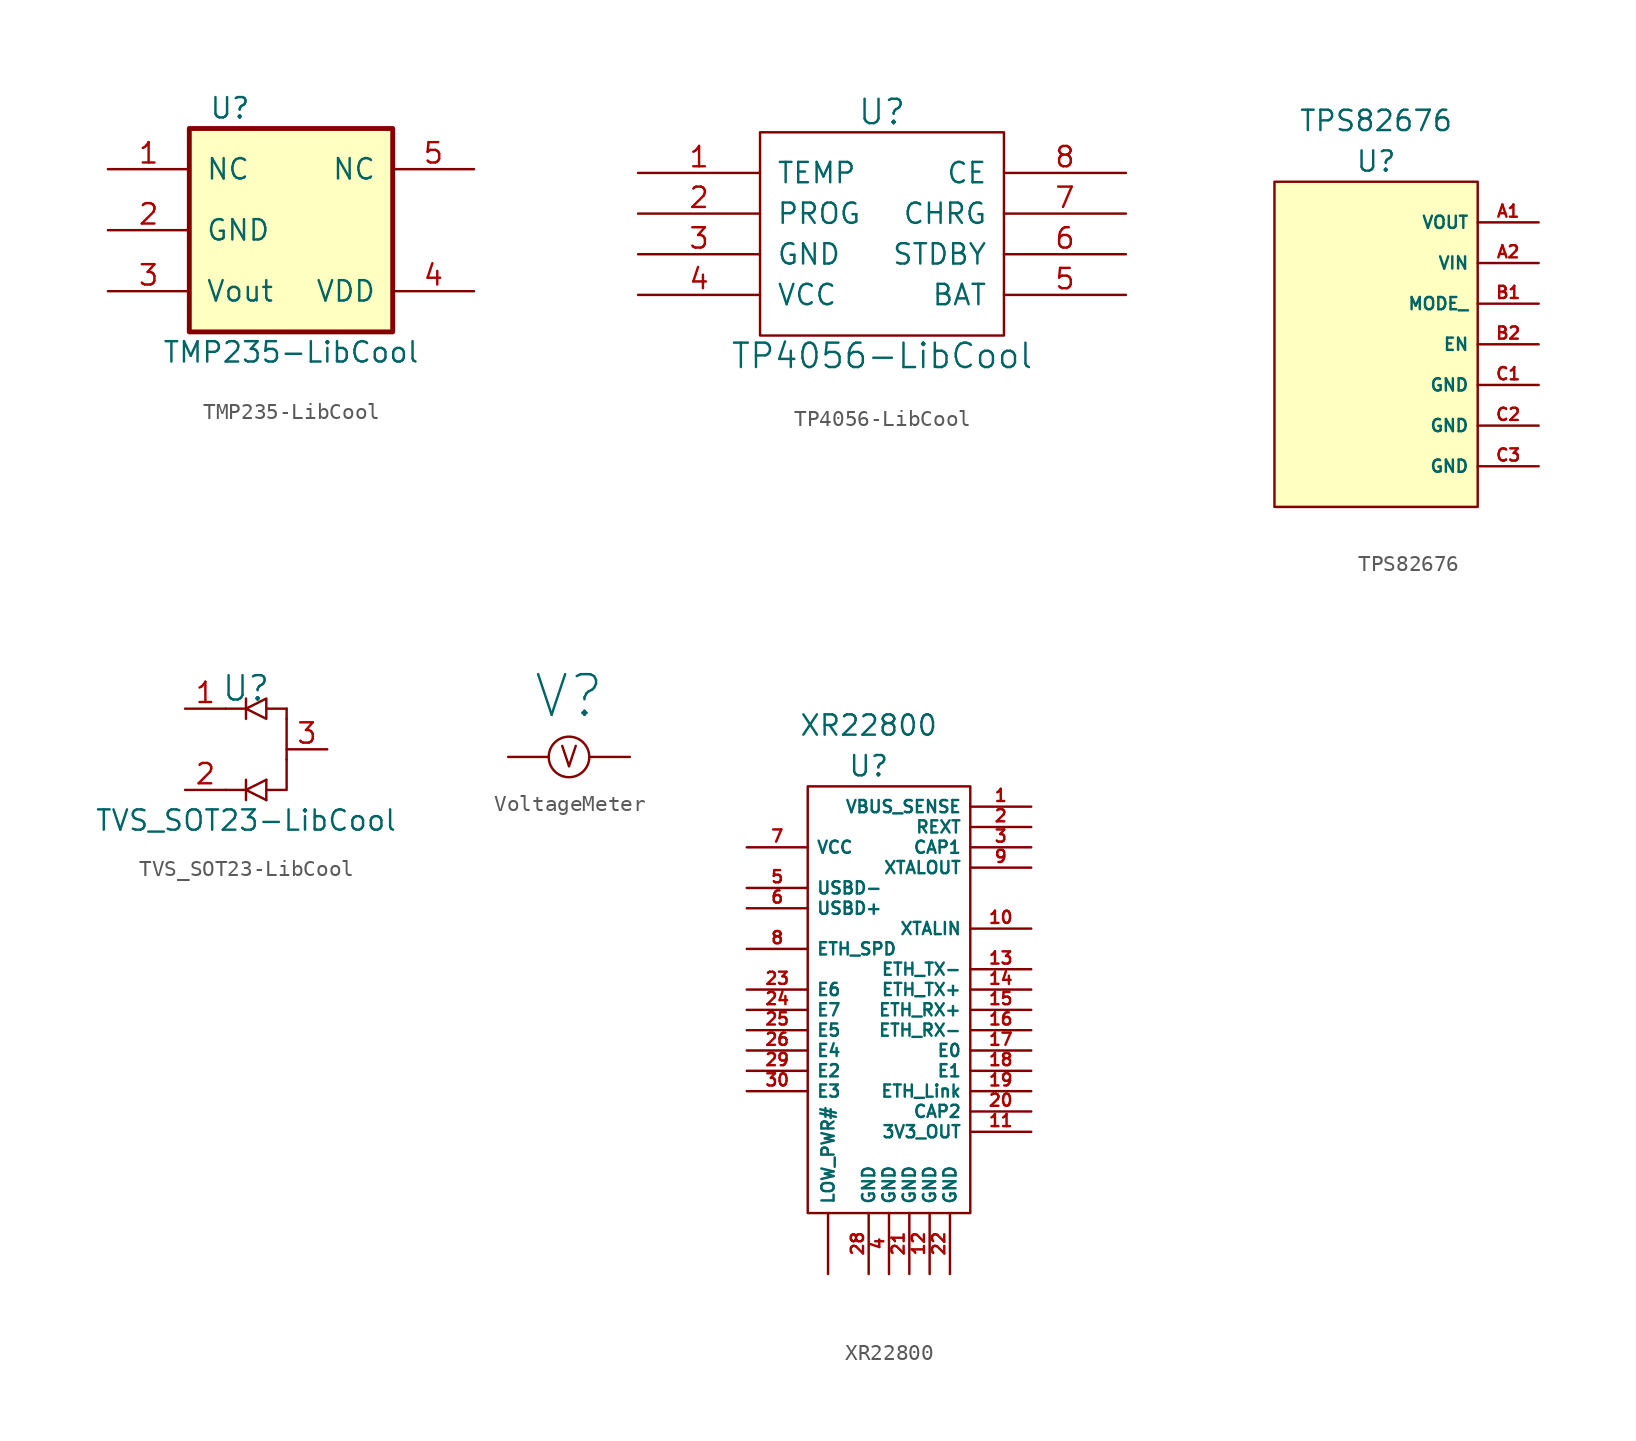
<source format=kicad_sym>
(kicad_symbol_lib
  (version 20220126)
  (generator kicad_symbol_editor)
  (symbol "TMP235-LibCool"
    (pin_names
      (offset 1.016))
    (property "Reference" "U"
      (at -3.81 7.62 0)
      (effects (font (size 1.27 1.27))))
    (property "Value" "TMP235-LibCool"
      (at 0 -7.62 0)
      (effects (font (size 1.27 1.27))))
    (symbol "TMP235-LibCool_1_1"
      (rectangle (start -6.35 6.35) (end 6.35 -6.35) (stroke (width 0.305) (type default)) (fill (type background)))
      (pin input line (at -11.43 3.81 0) (length 5.08) (name "NC" (effects (font (size 1.27 1.27)))) (number "1" (effects (font (size 1.27 1.27)))))
      (pin input line (at -11.43 0 0) (length 5.08) (name "GND" (effects (font (size 1.27 1.27)))) (number "2" (effects (font (size 1.27 1.27)))))
      (pin input line (at -11.43 -3.81 0) (length 5.08) (name "Vout" (effects (font (size 1.27 1.27)))) (number "3" (effects (font (size 1.27 1.27)))))
      (pin input line (at 11.43 -3.81 180) (length 5.08) (name "VDD" (effects (font (size 1.27 1.27)))) (number "4" (effects (font (size 1.27 1.27)))))
      (pin output line (at 11.43 3.81 180) (length 5.08) (name "NC" (effects (font (size 1.27 1.27)))) (number "5" (effects (font (size 1.27 1.27)))))))
  (symbol "TP4056-LibCool"
    (pin_names
      (offset 1.016))
    (property "Reference" "U"
      (at 0 7.62 0)
      (effects (font (size 1.524 1.524))))
    (property "Value" "TP4056-LibCool"
      (at 0 -7.62 0)
      (effects (font (size 1.524 1.524))))
    (property "Footprint" ""
      (at 0 0 0)
      (effects (font (size 1.524 1.524))))
    (property "Datasheet" ""
      (at 0 0 0)
      (effects (font (size 1.524 1.524))))
    (symbol "TP4056-LibCool_0_1"
      (rectangle (start -7.62 6.35) (end 7.62 -6.35) (stroke (width 0) (type default)) (fill (type none))))
    (symbol "TP4056-LibCool_1_1"
      (pin bidirectional line (at -15.24 3.81 0) (length 7.62) (name "TEMP" (effects (font (size 1.27 1.27)))) (number "1" (effects (font (size 1.27 1.27)))))
      (pin bidirectional line (at -15.24 1.27 0) (length 7.62) (name "PROG" (effects (font (size 1.27 1.27)))) (number "2" (effects (font (size 1.27 1.27)))))
      (pin bidirectional line (at -15.24 -1.27 0) (length 7.62) (name "GND" (effects (font (size 1.27 1.27)))) (number "3" (effects (font (size 1.27 1.27)))))
      (pin bidirectional line (at -15.24 -3.81 0) (length 7.62) (name "VCC" (effects (font (size 1.27 1.27)))) (number "4" (effects (font (size 1.27 1.27)))))
      (pin bidirectional line (at 15.24 -3.81 180) (length 7.62) (name "BAT" (effects (font (size 1.27 1.27)))) (number "5" (effects (font (size 1.27 1.27)))))
      (pin bidirectional line (at 15.24 -1.27 180) (length 7.62) (name "STDBY" (effects (font (size 1.27 1.27)))) (number "6" (effects (font (size 1.27 1.27)))))
      (pin bidirectional line (at 15.24 1.27 180) (length 7.62) (name "CHRG" (effects (font (size 1.27 1.27)))) (number "7" (effects (font (size 1.27 1.27)))))
      (pin bidirectional line (at 15.24 3.81 180) (length 7.62) (name "CE" (effects (font (size 1.27 1.27)))) (number "8" (effects (font (size 1.27 1.27)))))))
  (symbol "TPS82676"
    (property "Reference" "U"
      (at 0 0 0)
      (effects (font (size 1.27 1.27))))
    (property "Value" "TPS82676"
      (at 0 2.54 0)
      (effects (font (size 1.27 1.27))))
    (symbol "TPS82676_0_1"
      (rectangle (start -6.35 -1.27) (end 6.35 -21.59) (stroke (width 0.152) (type default)) (fill (type background))))
    (symbol "TPS82676_1_1"
      (pin input line (at 10.16 -3.81 180) (length 3.81) (name "VOUT" (effects (font (size 0.762 0.762)))) (number "A1" (effects (font (size 0.762 0.762)))))
      (pin input line (at 10.16 -6.35 180) (length 3.81) (name "VIN" (effects (font (size 0.762 0.762)))) (number "A2" (effects (font (size 0.762 0.762)))))
      (pin input line (at 10.16 -8.89 180) (length 3.81) (name "MODE_" (effects (font (size 0.762 0.762)))) (number "B1" (effects (font (size 0.762 0.762)))))
      (pin input line (at 10.16 -11.43 180) (length 3.81) (name "EN" (effects (font (size 0.762 0.762)))) (number "B2" (effects (font (size 0.762 0.762)))))
      (pin input line (at 10.16 -13.97 180) (length 3.81) (name "GND" (effects (font (size 0.762 0.762)))) (number "C1" (effects (font (size 0.762 0.762)))))
      (pin input line (at 10.16 -16.51 180) (length 3.81) (name "GND" (effects (font (size 0.762 0.762)))) (number "C2" (effects (font (size 0.762 0.762)))))
      (pin input line (at 10.16 -19.05 180) (length 3.81) (name "GND" (effects (font (size 0.762 0.762)))) (number "C3" (effects (font (size 0.762 0.762)))))))
  (symbol "TVS_SOT23-LibCool"
    (pin_names
      (offset 1.016))
    (property "Reference" "U"
      (at 0 3.81 0)
      (effects (font (size 1.524 1.524))))
    (property "Value" "TVS_SOT23-LibCool"
      (at 0 -4.445 0)
      (effects (font (size 1.27 1.27))))
    (property "Footprint" ""
      (at 1.27 -2.54 0)
      (effects (font (size 1.524 1.524))))
    (property "Datasheet" ""
      (at 1.27 -2.54 0)
      (effects (font (size 1.524 1.524))))
    (symbol "TVS_SOT23-LibCool_0_1"
      (polyline (pts (xy 0 -2.54) (xy -1.27 -2.54)) (stroke (width 0) (type default)) (fill (type none)))
      (polyline (pts (xy 0 -1.905) (xy 0 -3.175)) (stroke (width 0) (type default)) (fill (type none)))
      (polyline (pts (xy 0 2.54) (xy -1.27 2.54)) (stroke (width 0) (type default)) (fill (type none)))
      (polyline (pts (xy 0 3.175) (xy 0 1.905)) (stroke (width 0) (type default)) (fill (type none)))
      (polyline (pts (xy 1.27 -3.175) (xy 0 -2.54)) (stroke (width 0) (type default)) (fill (type none)))
      (polyline (pts (xy 1.27 -1.905) (xy 0 -2.54)) (stroke (width 0) (type default)) (fill (type none)))
      (polyline (pts (xy 1.27 -1.905) (xy 1.27 -3.175)) (stroke (width 0) (type default)) (fill (type none)))
      (polyline (pts (xy 1.27 2.54) (xy 2.54 2.54)) (stroke (width 0) (type default)) (fill (type none)))
      (polyline (pts (xy 2.54 1.905) (xy 2.54 -0.635)) (stroke (width 0) (type default)) (fill (type none)))
      (polyline (pts (xy 2.54 2.54) (xy 2.54 1.905)) (stroke (width 0) (type default)) (fill (type none)))
      (polyline (pts (xy 2.54 -0.635) (xy 2.54 -2.54) (xy 1.27 -2.54)) (stroke (width 0) (type default)) (fill (type none)))
      (polyline (pts (xy 1.27 3.175) (xy 0 2.54) (xy 1.27 1.905) (xy 1.27 3.175)) (stroke (width 0) (type default)) (fill (type none))))
    (symbol "TVS_SOT23-LibCool_1_1"
      (pin input line (at -3.81 2.54 0) (length 2.54) (name "~" (effects (font (size 1.27 1.27)))) (number "1" (effects (font (size 1.27 1.27)))))
      (pin input line (at -3.81 -2.54 0) (length 2.54) (name "~" (effects (font (size 1.27 1.27)))) (number "2" (effects (font (size 1.27 1.27)))))
      (pin input line (at 5.08 0 180) (length 2.54) (name "~" (effects (font (size 1.27 1.27)))) (number "3" (effects (font (size 1.27 1.27)))))))
  (symbol "VoltageMeter"
    (pin_names
      (offset 1.016))
    (property "Reference" "V"
      (at 0 0 0)
      (effects (font (size 2.54 2.54))))
    (symbol "VoltageMeter_1_1"
      (circle (center 0 -3.81) (radius 1.27) (stroke (width 0) (type default)) (fill (type none)))
      (text "V" (at 0 -3.81 0) (effects (font (size 1.27 1.27))))
      (pin passive line (at -1.27 -3.81 180) (length 2.54) (name "~" (effects (font (size 1.27 1.27)))) (number "~" (effects (font (size 1.27 1.27)))))
      (pin passive line (at 1.27 -3.81 0) (length 2.54) (name "~" (effects (font (size 1.27 1.27)))) (number "~" (effects (font (size 1.27 1.27)))))))
  (symbol "XR22800"
    (property "Reference" "U"
      (at 0 0 0)
      (effects (font (size 1.27 1.27))))
    (property "Value" "XR22800"
      (at 0 2.54 0)
      (effects (font (size 1.27 1.27))))
    (symbol "XR22800_0_1"
      (rectangle (start -3.81 -1.27) (end 6.35 -27.94) (stroke (width 0.152) (type default)) (fill (type none))))
    (symbol "XR22800_1_1"
      (pin input line (at -2.54 -31.75 90) (length 3.81) (name "LOW_PWR#" (effects (font (size 0.762 0.762)))) (number "" (effects (font (size 0.762 0.762)))))
      (pin input line (at 10.16 -2.54 180) (length 3.81) (name "VBUS_SENSE" (effects (font (size 0.762 0.762)))) (number "1" (effects (font (size 0.762 0.762)))))
      (pin input line (at 10.16 -10.16 180) (length 3.81) (name "XTALIN" (effects (font (size 0.762 0.762)))) (number "10" (effects (font (size 0.762 0.762)))))
      (pin input line (at 10.16 -22.86 180) (length 3.81) (name "3V3_OUT" (effects (font (size 0.762 0.762)))) (number "11" (effects (font (size 0.762 0.762)))))
      (pin input line (at 3.81 -31.75 90) (length 3.81) (name "GND" (effects (font (size 0.762 0.762)))) (number "12" (effects (font (size 0.762 0.762)))))
      (pin input line (at 10.16 -12.7 180) (length 3.81) (name "ETH_TX-" (effects (font (size 0.762 0.762)))) (number "13" (effects (font (size 0.762 0.762)))))
      (pin input line (at 10.16 -13.97 180) (length 3.81) (name "ETH_TX+" (effects (font (size 0.762 0.762)))) (number "14" (effects (font (size 0.762 0.762)))))
      (pin input line (at 10.16 -15.24 180) (length 3.81) (name "ETH_RX+" (effects (font (size 0.762 0.762)))) (number "15" (effects (font (size 0.762 0.762)))))
      (pin input line (at 10.16 -16.51 180) (length 3.81) (name "ETH_RX-" (effects (font (size 0.762 0.762)))) (number "16" (effects (font (size 0.762 0.762)))))
      (pin input line (at 10.16 -17.78 180) (length 3.81) (name "E0" (effects (font (size 0.762 0.762)))) (number "17" (effects (font (size 0.762 0.762)))))
      (pin input line (at 10.16 -19.05 180) (length 3.81) (name "E1" (effects (font (size 0.762 0.762)))) (number "18" (effects (font (size 0.762 0.762)))))
      (pin input line (at 10.16 -20.32 180) (length 3.81) (name "ETH_Link" (effects (font (size 0.762 0.762)))) (number "19" (effects (font (size 0.762 0.762)))))
      (pin input line (at 10.16 -3.81 180) (length 3.81) (name "REXT" (effects (font (size 0.762 0.762)))) (number "2" (effects (font (size 0.762 0.762)))))
      (pin input line (at 10.16 -21.59 180) (length 3.81) (name "CAP2" (effects (font (size 0.762 0.762)))) (number "20" (effects (font (size 0.762 0.762)))))
      (pin input line (at 2.54 -31.75 90) (length 3.81) (name "GND" (effects (font (size 0.762 0.762)))) (number "21" (effects (font (size 0.762 0.762)))))
      (pin input line (at 5.08 -31.75 90) (length 3.81) (name "GND" (effects (font (size 0.762 0.762)))) (number "22" (effects (font (size 0.762 0.762)))))
      (pin input line (at -7.62 -13.97 0) (length 3.81) (name "E6" (effects (font (size 0.762 0.762)))) (number "23" (effects (font (size 0.762 0.762)))))
      (pin input line (at -7.62 -15.24 0) (length 3.81) (name "E7" (effects (font (size 0.762 0.762)))) (number "24" (effects (font (size 0.762 0.762)))))
      (pin input line (at -7.62 -16.51 0) (length 3.81) (name "E5" (effects (font (size 0.762 0.762)))) (number "25" (effects (font (size 0.762 0.762)))))
      (pin input line (at -7.62 -17.78 0) (length 3.81) (name "E4" (effects (font (size 0.762 0.762)))) (number "26" (effects (font (size 0.762 0.762)))))
      (pin input line (at 0 -31.75 90) (length 3.81) (name "GND" (effects (font (size 0.762 0.762)))) (number "28" (effects (font (size 0.762 0.762)))))
      (pin input line (at -7.62 -19.05 0) (length 3.81) (name "E2" (effects (font (size 0.762 0.762)))) (number "29" (effects (font (size 0.762 0.762)))))
      (pin input line (at 10.16 -5.08 180) (length 3.81) (name "CAP1" (effects (font (size 0.762 0.762)))) (number "3" (effects (font (size 0.762 0.762)))))
      (pin input line (at -7.62 -20.32 0) (length 3.81) (name "E3" (effects (font (size 0.762 0.762)))) (number "30" (effects (font (size 0.762 0.762)))))
      (pin input line (at 1.27 -31.75 90) (length 3.81) (name "GND" (effects (font (size 0.762 0.762)))) (number "4" (effects (font (size 0.762 0.762)))))
      (pin input line (at -7.62 -7.62 0) (length 3.81) (name "USBD-" (effects (font (size 0.762 0.762)))) (number "5" (effects (font (size 0.762 0.762)))))
      (pin input line (at -7.62 -8.89 0) (length 3.81) (name "USBD+" (effects (font (size 0.762 0.762)))) (number "6" (effects (font (size 0.762 0.762)))))
      (pin input line (at -7.62 -5.08 0) (length 3.81) (name "VCC" (effects (font (size 0.762 0.762)))) (number "7" (effects (font (size 0.762 0.762)))))
      (pin input line (at -7.62 -11.43 0) (length 3.81) (name "ETH_SPD" (effects (font (size 0.762 0.762)))) (number "8" (effects (font (size 0.762 0.762)))))
      (pin input line (at 10.16 -6.35 180) (length 3.81) (name "XTALOUT" (effects (font (size 0.762 0.762)))) (number "9" (effects (font (size 0.762 0.762))))))))
</source>
